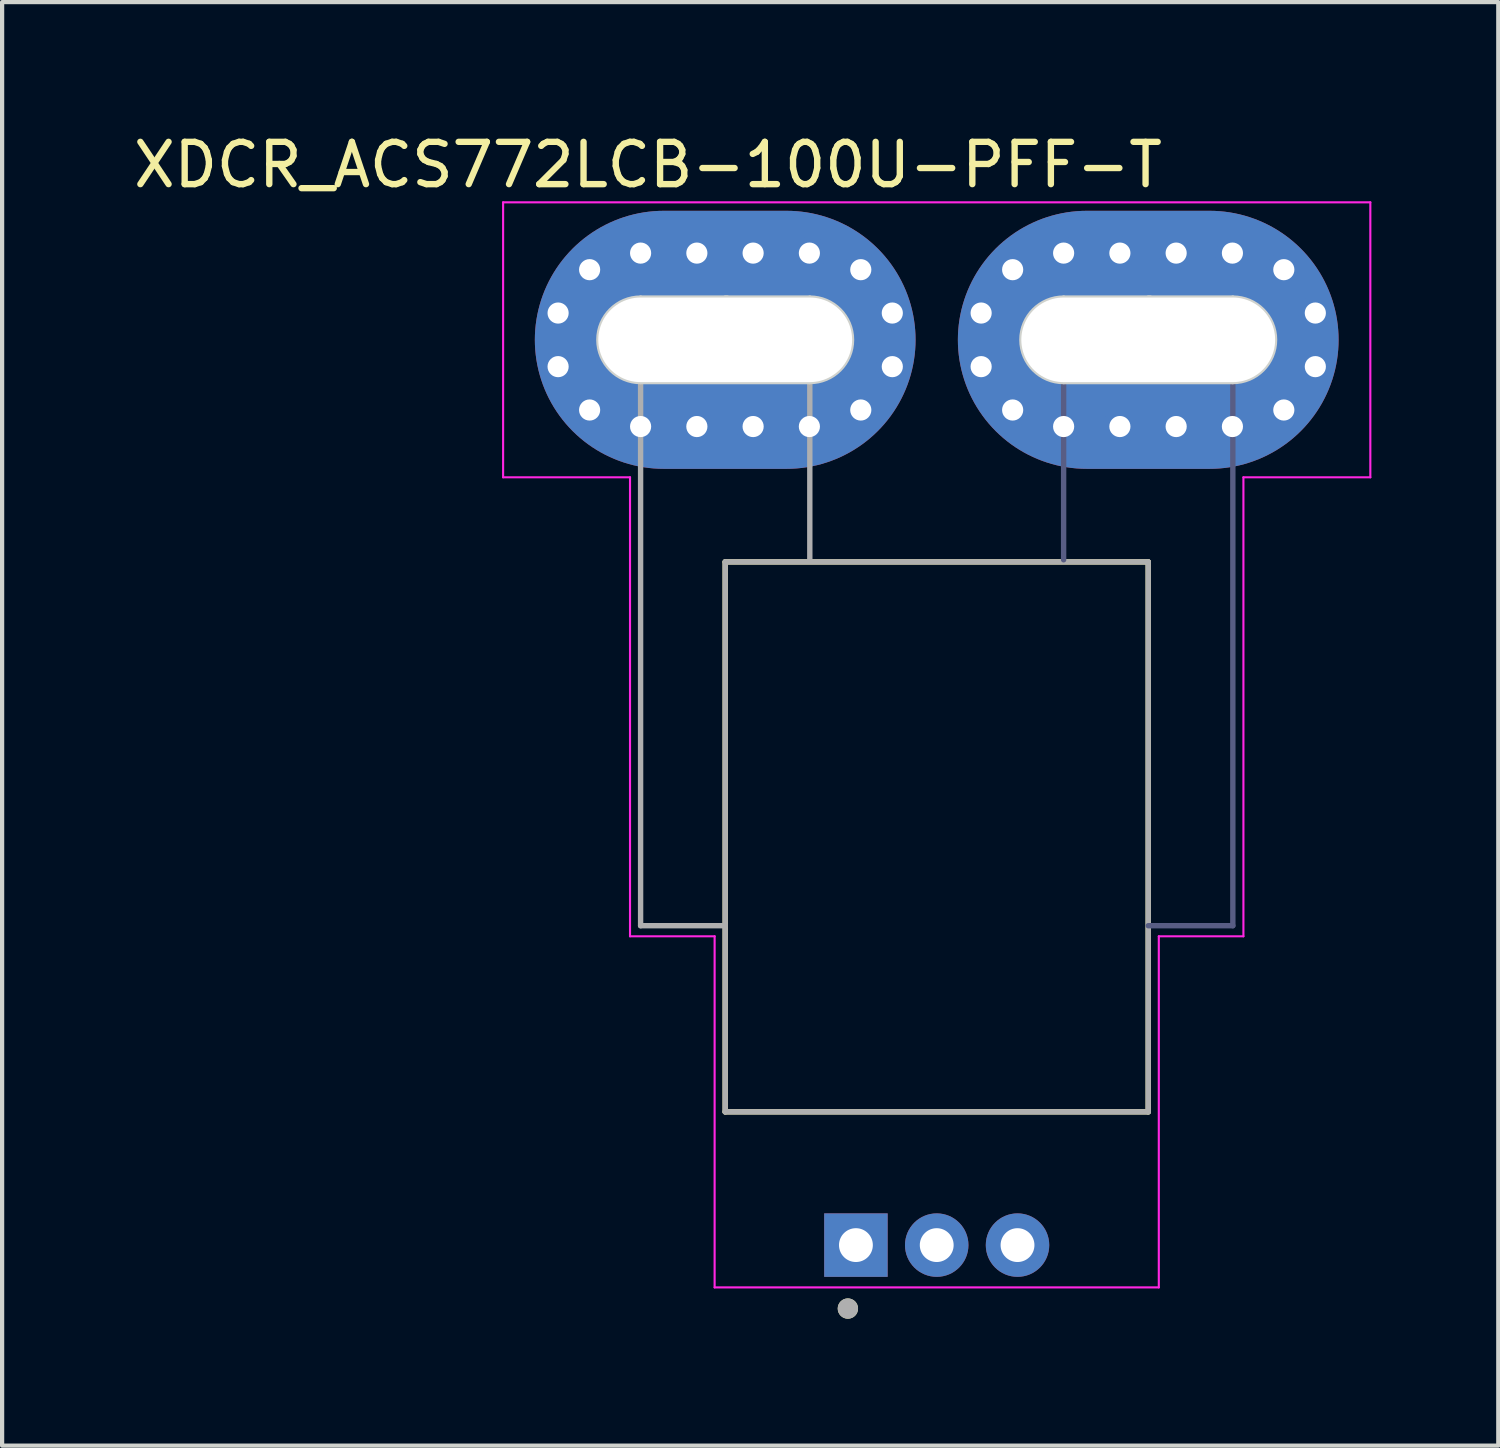
<source format=kicad_pcb>
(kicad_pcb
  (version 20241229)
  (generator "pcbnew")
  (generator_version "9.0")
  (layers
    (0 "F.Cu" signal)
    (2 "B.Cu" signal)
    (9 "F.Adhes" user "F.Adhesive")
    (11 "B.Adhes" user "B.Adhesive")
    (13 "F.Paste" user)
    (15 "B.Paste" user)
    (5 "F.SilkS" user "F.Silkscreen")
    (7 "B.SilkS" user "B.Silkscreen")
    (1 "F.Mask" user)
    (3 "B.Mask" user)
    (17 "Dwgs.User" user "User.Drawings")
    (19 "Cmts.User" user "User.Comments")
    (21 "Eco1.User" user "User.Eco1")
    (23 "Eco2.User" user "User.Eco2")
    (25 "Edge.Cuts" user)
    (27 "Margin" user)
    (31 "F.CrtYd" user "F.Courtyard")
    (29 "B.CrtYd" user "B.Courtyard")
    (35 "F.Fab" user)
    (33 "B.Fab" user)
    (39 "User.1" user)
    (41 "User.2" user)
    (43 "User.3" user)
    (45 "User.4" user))
  (footprint "XDCR_ACS772LCB-100U-PFF-T"
    (layer "F.Cu")
    (at 19.093 15.683)
    (property "Reference" "XDCR_ACS772LCB-100U-PFF-T" (at -6.825 -14.835 0) (layer "F.SilkS") (effects (font (size 1 1) (thickness 0.15))))
    (attr through_hole)
    (fp_poly (pts (xy -5 -13.8) (xy -7 -13.8) (xy -7.162 -13.796) (xy -7.324 -13.783) (xy -7.485 -13.762) (xy -7.645 -13.732) (xy -7.802 -13.694) (xy -7.958 -13.648) (xy -8.111 -13.594) (xy -8.261 -13.532) (xy -8.407 -13.462) (xy -8.55 -13.385) (xy -8.688 -13.3) (xy -8.822 -13.208) (xy -8.951 -13.109) (xy -9.074 -13.004) (xy -9.192 -12.892) (xy -9.304 -12.774) (xy -9.409 -12.651) (xy -9.508 -12.522) (xy -9.6 -12.388) (xy -9.685 -12.25) (xy -9.762 -12.107) (xy -9.832 -11.961) (xy -9.894 -11.811) (xy -9.948 -11.658) (xy -9.994 -11.502) (xy -10.032 -11.345) (xy -10.062 -11.185) (xy -10.083 -11.024) (xy -10.096 -10.862) (xy -10.1 -10.7) (xy -10.096 -10.538) (xy -10.083 -10.376) (xy -10.062 -10.215) (xy -10.032 -10.055) (xy -9.994 -9.898) (xy -9.948 -9.742) (xy -9.894 -9.589) (xy -9.832 -9.439) (xy -9.762 -9.293) (xy -9.685 -9.15) (xy -9.6 -9.012) (xy -9.508 -8.878) (xy -9.409 -8.749) (xy -9.304 -8.626) (xy -9.192 -8.508) (xy -9.074 -8.396) (xy -8.951 -8.291) (xy -8.822 -8.192) (xy -8.688 -8.1) (xy -8.55 -8.015) (xy -8.407 -7.938) (xy -8.261 -7.868) (xy -8.111 -7.806) (xy -7.958 -7.752) (xy -7.802 -7.706) (xy -7.645 -7.668) (xy -7.485 -7.638) (xy -7.324 -7.617) (xy -7.162 -7.604) (xy -7 -7.6) (xy -5 -7.6) (xy -5 -13.8)) (stroke (width 0.01) (type solid)) (fill yes) (layer "F.Mask"))
    (fp_poly (pts (xy 5 -13.8) (xy 7 -13.8) (xy 7.162 -13.796) (xy 7.324 -13.783) (xy 7.485 -13.762) (xy 7.645 -13.732) (xy 7.802 -13.694) (xy 7.958 -13.648) (xy 8.111 -13.594) (xy 8.261 -13.532) (xy 8.407 -13.462) (xy 8.55 -13.385) (xy 8.688 -13.3) (xy 8.822 -13.208) (xy 8.951 -13.109) (xy 9.074 -13.004) (xy 9.192 -12.892) (xy 9.304 -12.774) (xy 9.409 -12.651) (xy 9.508 -12.522) (xy 9.6 -12.388) (xy 9.685 -12.25) (xy 9.762 -12.107) (xy 9.832 -11.961) (xy 9.894 -11.811) (xy 9.948 -11.658) (xy 9.994 -11.502) (xy 10.032 -11.345) (xy 10.062 -11.185) (xy 10.083 -11.024) (xy 10.096 -10.862) (xy 10.1 -10.7) (xy 10.096 -10.538) (xy 10.083 -10.376) (xy 10.062 -10.215) (xy 10.032 -10.055) (xy 9.994 -9.898) (xy 9.948 -9.742) (xy 9.894 -9.589) (xy 9.832 -9.439) (xy 9.762 -9.293) (xy 9.685 -9.15) (xy 9.6 -9.012) (xy 9.508 -8.878) (xy 9.409 -8.749) (xy 9.304 -8.626) (xy 9.192 -8.508) (xy 9.074 -8.396) (xy 8.951 -8.291) (xy 8.822 -8.192) (xy 8.688 -8.1) (xy 8.55 -8.015) (xy 8.407 -7.938) (xy 8.261 -7.868) (xy 8.111 -7.806) (xy 7.958 -7.752) (xy 7.802 -7.706) (xy 7.645 -7.668) (xy 7.485 -7.638) (xy 7.324 -7.617) (xy 7.162 -7.604) (xy 7 -7.6) (xy 5 -7.6) (xy 5 -13.8)) (stroke (width 0.01) (type solid)) (fill yes) (layer "F.Mask"))
    (fp_poly (pts (xy -3 -7.6) (xy -5 -7.6) (xy -5 -13.8) (xy -3 -13.8) (xy -2.896 -13.798) (xy -2.792 -13.793) (xy -2.689 -13.784) (xy -2.586 -13.772) (xy -2.484 -13.756) (xy -2.383 -13.737) (xy -2.282 -13.715) (xy -2.181 -13.689) (xy -2.082 -13.66) (xy -1.984 -13.627) (xy -1.887 -13.591) (xy -1.791 -13.552) (xy -1.697 -13.51) (xy -1.604 -13.464) (xy -1.513 -13.416) (xy -1.423 -13.364) (xy -1.335 -13.309) (xy -1.25 -13.252) (xy -1.166 -13.191) (xy -1.084 -13.128) (xy -1.004 -13.062) (xy -0.927 -12.993) (xy -0.852 -12.922) (xy -0.779 -12.849) (xy -0.709 -12.773) (xy -0.642 -12.694) (xy -0.577 -12.613) (xy -0.515 -12.531) (xy -0.456 -12.446) (xy -0.4 -12.36) (xy -0.4 -9.04) (xy -0.456 -8.954) (xy -0.515 -8.869) (xy -0.577 -8.787) (xy -0.642 -8.706) (xy -0.709 -8.627) (xy -0.779 -8.551) (xy -0.852 -8.478) (xy -0.927 -8.407) (xy -1.004 -8.338) (xy -1.084 -8.272) (xy -1.166 -8.209) (xy -1.25 -8.148) (xy -1.335 -8.091) (xy -1.423 -8.036) (xy -1.513 -7.984) (xy -1.604 -7.936) (xy -1.697 -7.89) (xy -1.791 -7.848) (xy -1.887 -7.809) (xy -1.984 -7.773) (xy -2.082 -7.74) (xy -2.181 -7.711) (xy -2.282 -7.685) (xy -2.383 -7.663) (xy -2.484 -7.644) (xy -2.586 -7.628) (xy -2.689 -7.616) (xy -2.792 -7.607) (xy -2.896 -7.602) (xy -3 -7.6)) (stroke (width 0.01) (type solid)) (fill yes) (layer "F.Mask"))
    (fp_poly (pts (xy 3 -7.6) (xy 5 -7.6) (xy 5 -13.8) (xy 3 -13.8) (xy 2.896 -13.798) (xy 2.792 -13.793) (xy 2.689 -13.784) (xy 2.586 -13.772) (xy 2.484 -13.756) (xy 2.383 -13.737) (xy 2.282 -13.715) (xy 2.181 -13.689) (xy 2.082 -13.66) (xy 1.984 -13.627) (xy 1.887 -13.591) (xy 1.791 -13.552) (xy 1.697 -13.51) (xy 1.604 -13.464) (xy 1.513 -13.416) (xy 1.423 -13.364) (xy 1.335 -13.309) (xy 1.25 -13.252) (xy 1.166 -13.191) (xy 1.084 -13.128) (xy 1.004 -13.062) (xy 0.927 -12.993) (xy 0.852 -12.922) (xy 0.779 -12.849) (xy 0.709 -12.773) (xy 0.642 -12.694) (xy 0.577 -12.613) (xy 0.515 -12.531) (xy 0.456 -12.446) (xy 0.4 -12.36) (xy 0.4 -9.04) (xy 0.456 -8.954) (xy 0.515 -8.869) (xy 0.577 -8.787) (xy 0.642 -8.706) (xy 0.709 -8.627) (xy 0.779 -8.551) (xy 0.852 -8.478) (xy 0.927 -8.407) (xy 1.004 -8.338) (xy 1.084 -8.272) (xy 1.166 -8.209) (xy 1.25 -8.148) (xy 1.335 -8.091) (xy 1.423 -8.036) (xy 1.513 -7.984) (xy 1.604 -7.936) (xy 1.697 -7.89) (xy 1.791 -7.848) (xy 1.887 -7.809) (xy 1.984 -7.773) (xy 2.082 -7.74) (xy 2.181 -7.711) (xy 2.282 -7.685) (xy 2.383 -7.663) (xy 2.484 -7.644) (xy 2.586 -7.628) (xy 2.689 -7.616) (xy 2.792 -7.607) (xy 2.896 -7.602) (xy 3 -7.6)) (stroke (width 0.01) (type solid)) (fill yes) (layer "F.Mask"))
    (fp_poly (pts (xy -5 -13.8) (xy -7 -13.8) (xy -7.162 -13.796) (xy -7.324 -13.783) (xy -7.485 -13.762) (xy -7.645 -13.732) (xy -7.802 -13.694) (xy -7.958 -13.648) (xy -8.111 -13.594) (xy -8.261 -13.532) (xy -8.407 -13.462) (xy -8.55 -13.385) (xy -8.688 -13.3) (xy -8.822 -13.208) (xy -8.951 -13.109) (xy -9.074 -13.004) (xy -9.192 -12.892) (xy -9.304 -12.774) (xy -9.409 -12.651) (xy -9.508 -12.522) (xy -9.6 -12.388) (xy -9.685 -12.25) (xy -9.762 -12.107) (xy -9.832 -11.961) (xy -9.894 -11.811) (xy -9.948 -11.658) (xy -9.994 -11.502) (xy -10.032 -11.345) (xy -10.062 -11.185) (xy -10.083 -11.024) (xy -10.096 -10.862) (xy -10.1 -10.7) (xy -10.096 -10.538) (xy -10.083 -10.376) (xy -10.062 -10.215) (xy -10.032 -10.055) (xy -9.994 -9.898) (xy -9.948 -9.742) (xy -9.894 -9.589) (xy -9.832 -9.439) (xy -9.762 -9.293) (xy -9.685 -9.15) (xy -9.6 -9.012) (xy -9.508 -8.878) (xy -9.409 -8.749) (xy -9.304 -8.626) (xy -9.192 -8.508) (xy -9.074 -8.396) (xy -8.951 -8.291) (xy -8.822 -8.192) (xy -8.688 -8.1) (xy -8.55 -8.015) (xy -8.407 -7.938) (xy -8.261 -7.868) (xy -8.111 -7.806) (xy -7.958 -7.752) (xy -7.802 -7.706) (xy -7.645 -7.668) (xy -7.485 -7.638) (xy -7.324 -7.617) (xy -7.162 -7.604) (xy -7 -7.6) (xy -5 -7.6) (xy -5 -13.8)) (stroke (width 0.01) (type solid)) (fill yes) (layer "B.Mask"))
    (fp_poly (pts (xy 5 -13.8) (xy 7 -13.8) (xy 7.162 -13.796) (xy 7.324 -13.783) (xy 7.485 -13.762) (xy 7.645 -13.732) (xy 7.802 -13.694) (xy 7.958 -13.648) (xy 8.111 -13.594) (xy 8.261 -13.532) (xy 8.407 -13.462) (xy 8.55 -13.385) (xy 8.688 -13.3) (xy 8.822 -13.208) (xy 8.951 -13.109) (xy 9.074 -13.004) (xy 9.192 -12.892) (xy 9.304 -12.774) (xy 9.409 -12.651) (xy 9.508 -12.522) (xy 9.6 -12.388) (xy 9.685 -12.25) (xy 9.762 -12.107) (xy 9.832 -11.961) (xy 9.894 -11.811) (xy 9.948 -11.658) (xy 9.994 -11.502) (xy 10.032 -11.345) (xy 10.062 -11.185) (xy 10.083 -11.024) (xy 10.096 -10.862) (xy 10.1 -10.7) (xy 10.096 -10.538) (xy 10.083 -10.376) (xy 10.062 -10.215) (xy 10.032 -10.055) (xy 9.994 -9.898) (xy 9.948 -9.742) (xy 9.894 -9.589) (xy 9.832 -9.439) (xy 9.762 -9.293) (xy 9.685 -9.15) (xy 9.6 -9.012) (xy 9.508 -8.878) (xy 9.409 -8.749) (xy 9.304 -8.626) (xy 9.192 -8.508) (xy 9.074 -8.396) (xy 8.951 -8.291) (xy 8.822 -8.192) (xy 8.688 -8.1) (xy 8.55 -8.015) (xy 8.407 -7.938) (xy 8.261 -7.868) (xy 8.111 -7.806) (xy 7.958 -7.752) (xy 7.802 -7.706) (xy 7.645 -7.668) (xy 7.485 -7.638) (xy 7.324 -7.617) (xy 7.162 -7.604) (xy 7 -7.6) (xy 5 -7.6) (xy 5 -13.8)) (stroke (width 0.01) (type solid)) (fill yes) (layer "B.Mask"))
    (fp_poly (pts (xy -3 -7.6) (xy -5 -7.6) (xy -5 -13.8) (xy -3 -13.8) (xy -2.896 -13.798) (xy -2.792 -13.793) (xy -2.689 -13.784) (xy -2.586 -13.772) (xy -2.484 -13.756) (xy -2.383 -13.737) (xy -2.282 -13.715) (xy -2.181 -13.689) (xy -2.082 -13.66) (xy -1.984 -13.627) (xy -1.887 -13.591) (xy -1.791 -13.552) (xy -1.697 -13.51) (xy -1.604 -13.464) (xy -1.513 -13.416) (xy -1.423 -13.364) (xy -1.335 -13.309) (xy -1.25 -13.252) (xy -1.166 -13.191) (xy -1.084 -13.128) (xy -1.004 -13.062) (xy -0.927 -12.993) (xy -0.852 -12.922) (xy -0.779 -12.849) (xy -0.709 -12.773) (xy -0.642 -12.694) (xy -0.577 -12.613) (xy -0.515 -12.531) (xy -0.456 -12.446) (xy -0.4 -12.36) (xy -0.4 -9.04) (xy -0.456 -8.954) (xy -0.515 -8.869) (xy -0.577 -8.787) (xy -0.642 -8.706) (xy -0.709 -8.627) (xy -0.779 -8.551) (xy -0.852 -8.478) (xy -0.927 -8.407) (xy -1.004 -8.338) (xy -1.084 -8.272) (xy -1.166 -8.209) (xy -1.25 -8.148) (xy -1.335 -8.091) (xy -1.423 -8.036) (xy -1.513 -7.984) (xy -1.604 -7.936) (xy -1.697 -7.89) (xy -1.791 -7.848) (xy -1.887 -7.809) (xy -1.984 -7.773) (xy -2.082 -7.74) (xy -2.181 -7.711) (xy -2.282 -7.685) (xy -2.383 -7.663) (xy -2.484 -7.644) (xy -2.586 -7.628) (xy -2.689 -7.616) (xy -2.792 -7.607) (xy -2.896 -7.602) (xy -3 -7.6)) (stroke (width 0.01) (type solid)) (fill yes) (layer "B.Mask"))
    (fp_poly (pts (xy 3 -7.6) (xy 5 -7.6) (xy 5 -13.8) (xy 3 -13.8) (xy 2.896 -13.798) (xy 2.792 -13.793) (xy 2.689 -13.784) (xy 2.586 -13.772) (xy 2.484 -13.756) (xy 2.383 -13.737) (xy 2.282 -13.715) (xy 2.181 -13.689) (xy 2.082 -13.66) (xy 1.984 -13.627) (xy 1.887 -13.591) (xy 1.791 -13.552) (xy 1.697 -13.51) (xy 1.604 -13.464) (xy 1.513 -13.416) (xy 1.423 -13.364) (xy 1.335 -13.309) (xy 1.25 -13.252) (xy 1.166 -13.191) (xy 1.084 -13.128) (xy 1.004 -13.062) (xy 0.927 -12.993) (xy 0.852 -12.922) (xy 0.779 -12.849) (xy 0.709 -12.773) (xy 0.642 -12.694) (xy 0.577 -12.613) (xy 0.515 -12.531) (xy 0.456 -12.446) (xy 0.4 -12.36) (xy 0.4 -9.04) (xy 0.456 -8.954) (xy 0.515 -8.869) (xy 0.577 -8.787) (xy 0.642 -8.706) (xy 0.709 -8.627) (xy 0.779 -8.551) (xy 0.852 -8.478) (xy 0.927 -8.407) (xy 1.004 -8.338) (xy 1.084 -8.272) (xy 1.166 -8.209) (xy 1.25 -8.148) (xy 1.335 -8.091) (xy 1.423 -8.036) (xy 1.513 -7.984) (xy 1.604 -7.936) (xy 1.697 -7.89) (xy 1.791 -7.848) (xy 1.887 -7.809) (xy 1.984 -7.773) (xy 2.082 -7.74) (xy 2.181 -7.711) (xy 2.282 -7.685) (xy 2.383 -7.663) (xy 2.484 -7.644) (xy 2.586 -7.628) (xy 2.689 -7.616) (xy 2.792 -7.607) (xy 2.896 -7.602) (xy 3 -7.6)) (stroke (width 0.01) (type solid)) (fill yes) (layer "B.Mask"))
    (fp_line (start -5 -5.45) (end 5 -5.45) (stroke (width 0.127) (type solid)) (layer "F.SilkS"))
    (fp_line (start -5 7.55) (end -5 -5.45) (stroke (width 0.127) (type solid)) (layer "F.SilkS"))
    (fp_line (start 5 -5.45) (end 5 7.55) (stroke (width 0.127) (type solid)) (layer "F.SilkS"))
    (fp_line (start 5 7.55) (end -5 7.55) (stroke (width 0.127) (type solid)) (layer "F.SilkS"))
    (fp_circle (center -2.1 12.2) (end -1.98 12.2) (stroke (width 0.24) (type solid)) (fill no) (layer "F.SilkS"))
    (fp_line (start -7 -11.7) (end -3 -11.7) (stroke (width 0.1) (type solid)) (layer "Edge.Cuts"))
    (fp_line (start -5 -11.7) (end -4.95 -11.7) (stroke (width 0.1) (type solid)) (layer "Edge.Cuts"))
    (fp_line (start -3 -9.7) (end -7 -9.7) (stroke (width 0.1) (type solid)) (layer "Edge.Cuts"))
    (fp_line (start 3 -11.7) (end 7 -11.7) (stroke (width 0.1) (type solid)) (layer "Edge.Cuts"))
    (fp_line (start 5 -11.7) (end 5.05 -11.7) (stroke (width 0.1) (type solid)) (layer "Edge.Cuts"))
    (fp_line (start 7 -9.7) (end 3 -9.7) (stroke (width 0.1) (type solid)) (layer "Edge.Cuts"))
    (fp_arc (start -7 -9.7) (mid -8 -10.7) (end -7 -11.7) (stroke (width 0.1) (type solid)) (layer "Edge.Cuts"))
    (fp_arc (start -3 -11.7) (mid -2 -10.7) (end -3 -9.7) (stroke (width 0.1) (type solid)) (layer "Edge.Cuts"))
    (fp_arc (start 3 -9.7) (mid 2 -10.7) (end 3 -11.7) (stroke (width 0.1) (type solid)) (layer "Edge.Cuts"))
    (fp_arc (start 7 -11.7) (mid 8 -10.7) (end 7 -9.7) (stroke (width 0.1) (type solid)) (layer "Edge.Cuts"))
    (fp_line (start -10.25 -13.95) (end 10.25 -13.95) (stroke (width 0.05) (type solid)) (layer "F.CrtYd"))
    (fp_line (start -10.25 -7.45) (end -10.25 -13.95) (stroke (width 0.05) (type solid)) (layer "F.CrtYd"))
    (fp_line (start -7.25 -7.45) (end -10.25 -7.45) (stroke (width 0.05) (type solid)) (layer "F.CrtYd"))
    (fp_line (start -7.25 3.4) (end -7.25 -7.45) (stroke (width 0.05) (type solid)) (layer "F.CrtYd"))
    (fp_line (start -7.25 3.4) (end -5.25 3.4) (stroke (width 0.05) (type solid)) (layer "F.CrtYd"))
    (fp_line (start -5.25 3.4) (end -5.25 11.7) (stroke (width 0.05) (type solid)) (layer "F.CrtYd"))
    (fp_line (start 5.25 3.4) (end 7.25 3.4) (stroke (width 0.05) (type solid)) (layer "F.CrtYd"))
    (fp_line (start 5.25 11.7) (end -5.25 11.7) (stroke (width 0.05) (type solid)) (layer "F.CrtYd"))
    (fp_line (start 5.25 11.7) (end 5.25 3.4) (stroke (width 0.05) (type solid)) (layer "F.CrtYd"))
    (fp_line (start 7.25 -7.45) (end 7.25 3.4) (stroke (width 0.05) (type solid)) (layer "F.CrtYd"))
    (fp_line (start 10.25 -13.95) (end 10.25 -7.45) (stroke (width 0.05) (type solid)) (layer "F.CrtYd"))
    (fp_line (start 10.25 -7.45) (end 7.25 -7.45) (stroke (width 0.05) (type solid)) (layer "F.CrtYd"))
    (fp_line (start 3 -10.7) (end 3 -5.5) (stroke (width 0.127) (type solid)) (layer "B.Fab"))
    (fp_line (start 5 3.15) (end 7 3.15) (stroke (width 0.127) (type solid)) (layer "B.Fab"))
    (fp_line (start 7 -10.7) (end 3 -10.7) (stroke (width 0.127) (type solid)) (layer "B.Fab"))
    (fp_line (start 7 3.15) (end 7 -10.7) (stroke (width 0.127) (type solid)) (layer "B.Fab"))
    (fp_line (start -7 -10.7) (end -3 -10.7) (stroke (width 0.127) (type solid)) (layer "F.Fab"))
    (fp_line (start -7 3.15) (end -7 -10.7) (stroke (width 0.127) (type solid)) (layer "F.Fab"))
    (fp_line (start -5 -5.45) (end 5 -5.45) (stroke (width 0.127) (type solid)) (layer "F.Fab"))
    (fp_line (start -5 3.15) (end -7 3.15) (stroke (width 0.127) (type solid)) (layer "F.Fab"))
    (fp_line (start -5 3.15) (end -5 -5.45) (stroke (width 0.127) (type solid)) (layer "F.Fab"))
    (fp_line (start -5 7.55) (end -5 3.15) (stroke (width 0.127) (type solid)) (layer "F.Fab"))
    (fp_line (start -3 -10.7) (end -3 -5.5) (stroke (width 0.127) (type solid)) (layer "F.Fab"))
    (fp_line (start 5 -5.45) (end 5 7.55) (stroke (width 0.127) (type solid)) (layer "F.Fab"))
    (fp_line (start 5 7.55) (end -5 7.55) (stroke (width 0.127) (type solid)) (layer "F.Fab"))
    (fp_circle (center -2.1 12.2) (end -1.98 12.2) (stroke (width 0.24) (type solid)) (fill no) (layer "F.Fab"))
    (pad "1" thru_hole rect (at -1.91 10.7) (size 1.5 1.5) (drill 0.8) (layers "*.Cu" "*.Mask"))
    (pad "2" thru_hole circle (at 0 10.7) (size 1.5 1.5) (drill 0.8) (layers "*.Cu" "*.Mask"))
    (pad "3" thru_hole circle (at 1.91 10.7) (size 1.5 1.5) (drill 0.8) (layers "*.Cu" "*.Mask"))
    (pad "4" thru_hole oval (at 5 -10.7) (size 9 6.1) (drill oval 6 2) (layers "*.Cu"))
    (pad "4_1" thru_hole circle (at 3 -8.65) (size 0.8 0.8) (drill 0.5) (layers "*.Cu" "*.Mask"))
    (pad "4_2" thru_hole circle (at 4.33 -8.65) (size 0.8 0.8) (drill 0.5) (layers "*.Cu" "*.Mask"))
    (pad "4_3" thru_hole circle (at 5.66 -8.65) (size 0.8 0.8) (drill 0.5) (layers "*.Cu" "*.Mask"))
    (pad "4_4" thru_hole circle (at 6.99 -8.65) (size 0.8 0.8) (drill 0.5) (layers "*.Cu" "*.Mask"))
    (pad "4_5" thru_hole circle (at 8.205 -9.041) (size 0.8 0.8) (drill 0.5) (layers "*.Cu" "*.Mask"))
    (pad "4_6" thru_hole circle (at 8.95 -10.066) (size 0.8 0.8) (drill 0.5) (layers "*.Cu" "*.Mask"))
    (pad "4_7" thru_hole circle (at 8.95 -11.333) (size 0.8 0.8) (drill 0.5) (layers "*.Cu" "*.Mask"))
    (pad "4_8" thru_hole circle (at 8.205 -12.358) (size 0.8 0.8) (drill 0.5) (layers "*.Cu" "*.Mask"))
    (pad "4_9" thru_hole circle (at 6.99 -12.75) (size 0.8 0.8) (drill 0.5) (layers "*.Cu" "*.Mask"))
    (pad "4_10" thru_hole circle (at 5.66 -12.75) (size 0.8 0.8) (drill 0.5) (layers "*.Cu" "*.Mask"))
    (pad "4_11" thru_hole circle (at 4.33 -12.75) (size 0.8 0.8) (drill 0.5) (layers "*.Cu" "*.Mask"))
    (pad "4_12" thru_hole circle (at 3 -12.75) (size 0.8 0.8) (drill 0.5) (layers "*.Cu" "*.Mask"))
    (pad "4_13" thru_hole circle (at 1.795 -12.358) (size 0.8 0.8) (drill 0.5) (layers "*.Cu" "*.Mask"))
    (pad "4_14" thru_hole circle (at 1.05 -11.333) (size 0.8 0.8) (drill 0.5) (layers "*.Cu" "*.Mask"))
    (pad "4_15" thru_hole circle (at 1.05 -10.066) (size 0.8 0.8) (drill 0.5) (layers "*.Cu" "*.Mask"))
    (pad "4_16" thru_hole circle (at 1.795 -9.041) (size 0.8 0.8) (drill 0.5) (layers "*.Cu" "*.Mask"))
    (pad "5" thru_hole oval (at -5 -10.7) (size 9 6.1) (drill oval 6 2) (layers "*.Cu"))
    (pad "5_1" thru_hole circle (at -7 -8.65) (size 0.8 0.8) (drill 0.5) (layers "*.Cu" "*.Mask"))
    (pad "5_2" thru_hole circle (at -5.67 -8.65) (size 0.8 0.8) (drill 0.5) (layers "*.Cu" "*.Mask"))
    (pad "5_3" thru_hole circle (at -4.34 -8.65) (size 0.8 0.8) (drill 0.5) (layers "*.Cu" "*.Mask"))
    (pad "5_4" thru_hole circle (at -3.01 -8.65) (size 0.8 0.8) (drill 0.5) (layers "*.Cu" "*.Mask"))
    (pad "5_5" thru_hole circle (at -8.205 -9.041) (size 0.8 0.8) (drill 0.5) (layers "*.Cu" "*.Mask"))
    (pad "5_6" thru_hole circle (at -8.95 -11.333) (size 0.8 0.8) (drill 0.5) (layers "*.Cu" "*.Mask"))
    (pad "5_7" thru_hole circle (at -8.95 -10.066) (size 0.8 0.8) (drill 0.5) (layers "*.Cu" "*.Mask"))
    (pad "5_8" thru_hole circle (at -8.205 -12.358) (size 0.8 0.8) (drill 0.5) (layers "*.Cu" "*.Mask"))
    (pad "5_9" thru_hole circle (at -7 -12.75) (size 0.8 0.8) (drill 0.5) (layers "*.Cu" "*.Mask"))
    (pad "5_10" thru_hole circle (at -5.67 -12.75) (size 0.8 0.8) (drill 0.5) (layers "*.Cu" "*.Mask"))
    (pad "5_11" thru_hole circle (at -4.34 -12.75) (size 0.8 0.8) (drill 0.5) (layers "*.Cu" "*.Mask"))
    (pad "5_12" thru_hole circle (at -3.01 -12.75) (size 0.8 0.8) (drill 0.5) (layers "*.Cu" "*.Mask"))
    (pad "5_13" thru_hole circle (at -1.795 -12.358) (size 0.8 0.8) (drill 0.5) (layers "*.Cu" "*.Mask"))
    (pad "5_14" thru_hole circle (at -1.05 -11.333) (size 0.8 0.8) (drill 0.5) (layers "*.Cu" "*.Mask"))
    (pad "5_15" thru_hole circle (at -1.05 -10.066) (size 0.8 0.8) (drill 0.5) (layers "*.Cu" "*.Mask"))
    (pad "5_16" thru_hole circle (at -1.795 -9.041) (size 0.8 0.8) (drill 0.5) (layers "*.Cu" "*.Mask")))
  (gr_rect
    (start -3 -3)
    (end 32.368 31.123)
    (stroke (width 0.1) (type default))
    (fill no)
    (layer "Edge.Cuts")))
</source>
